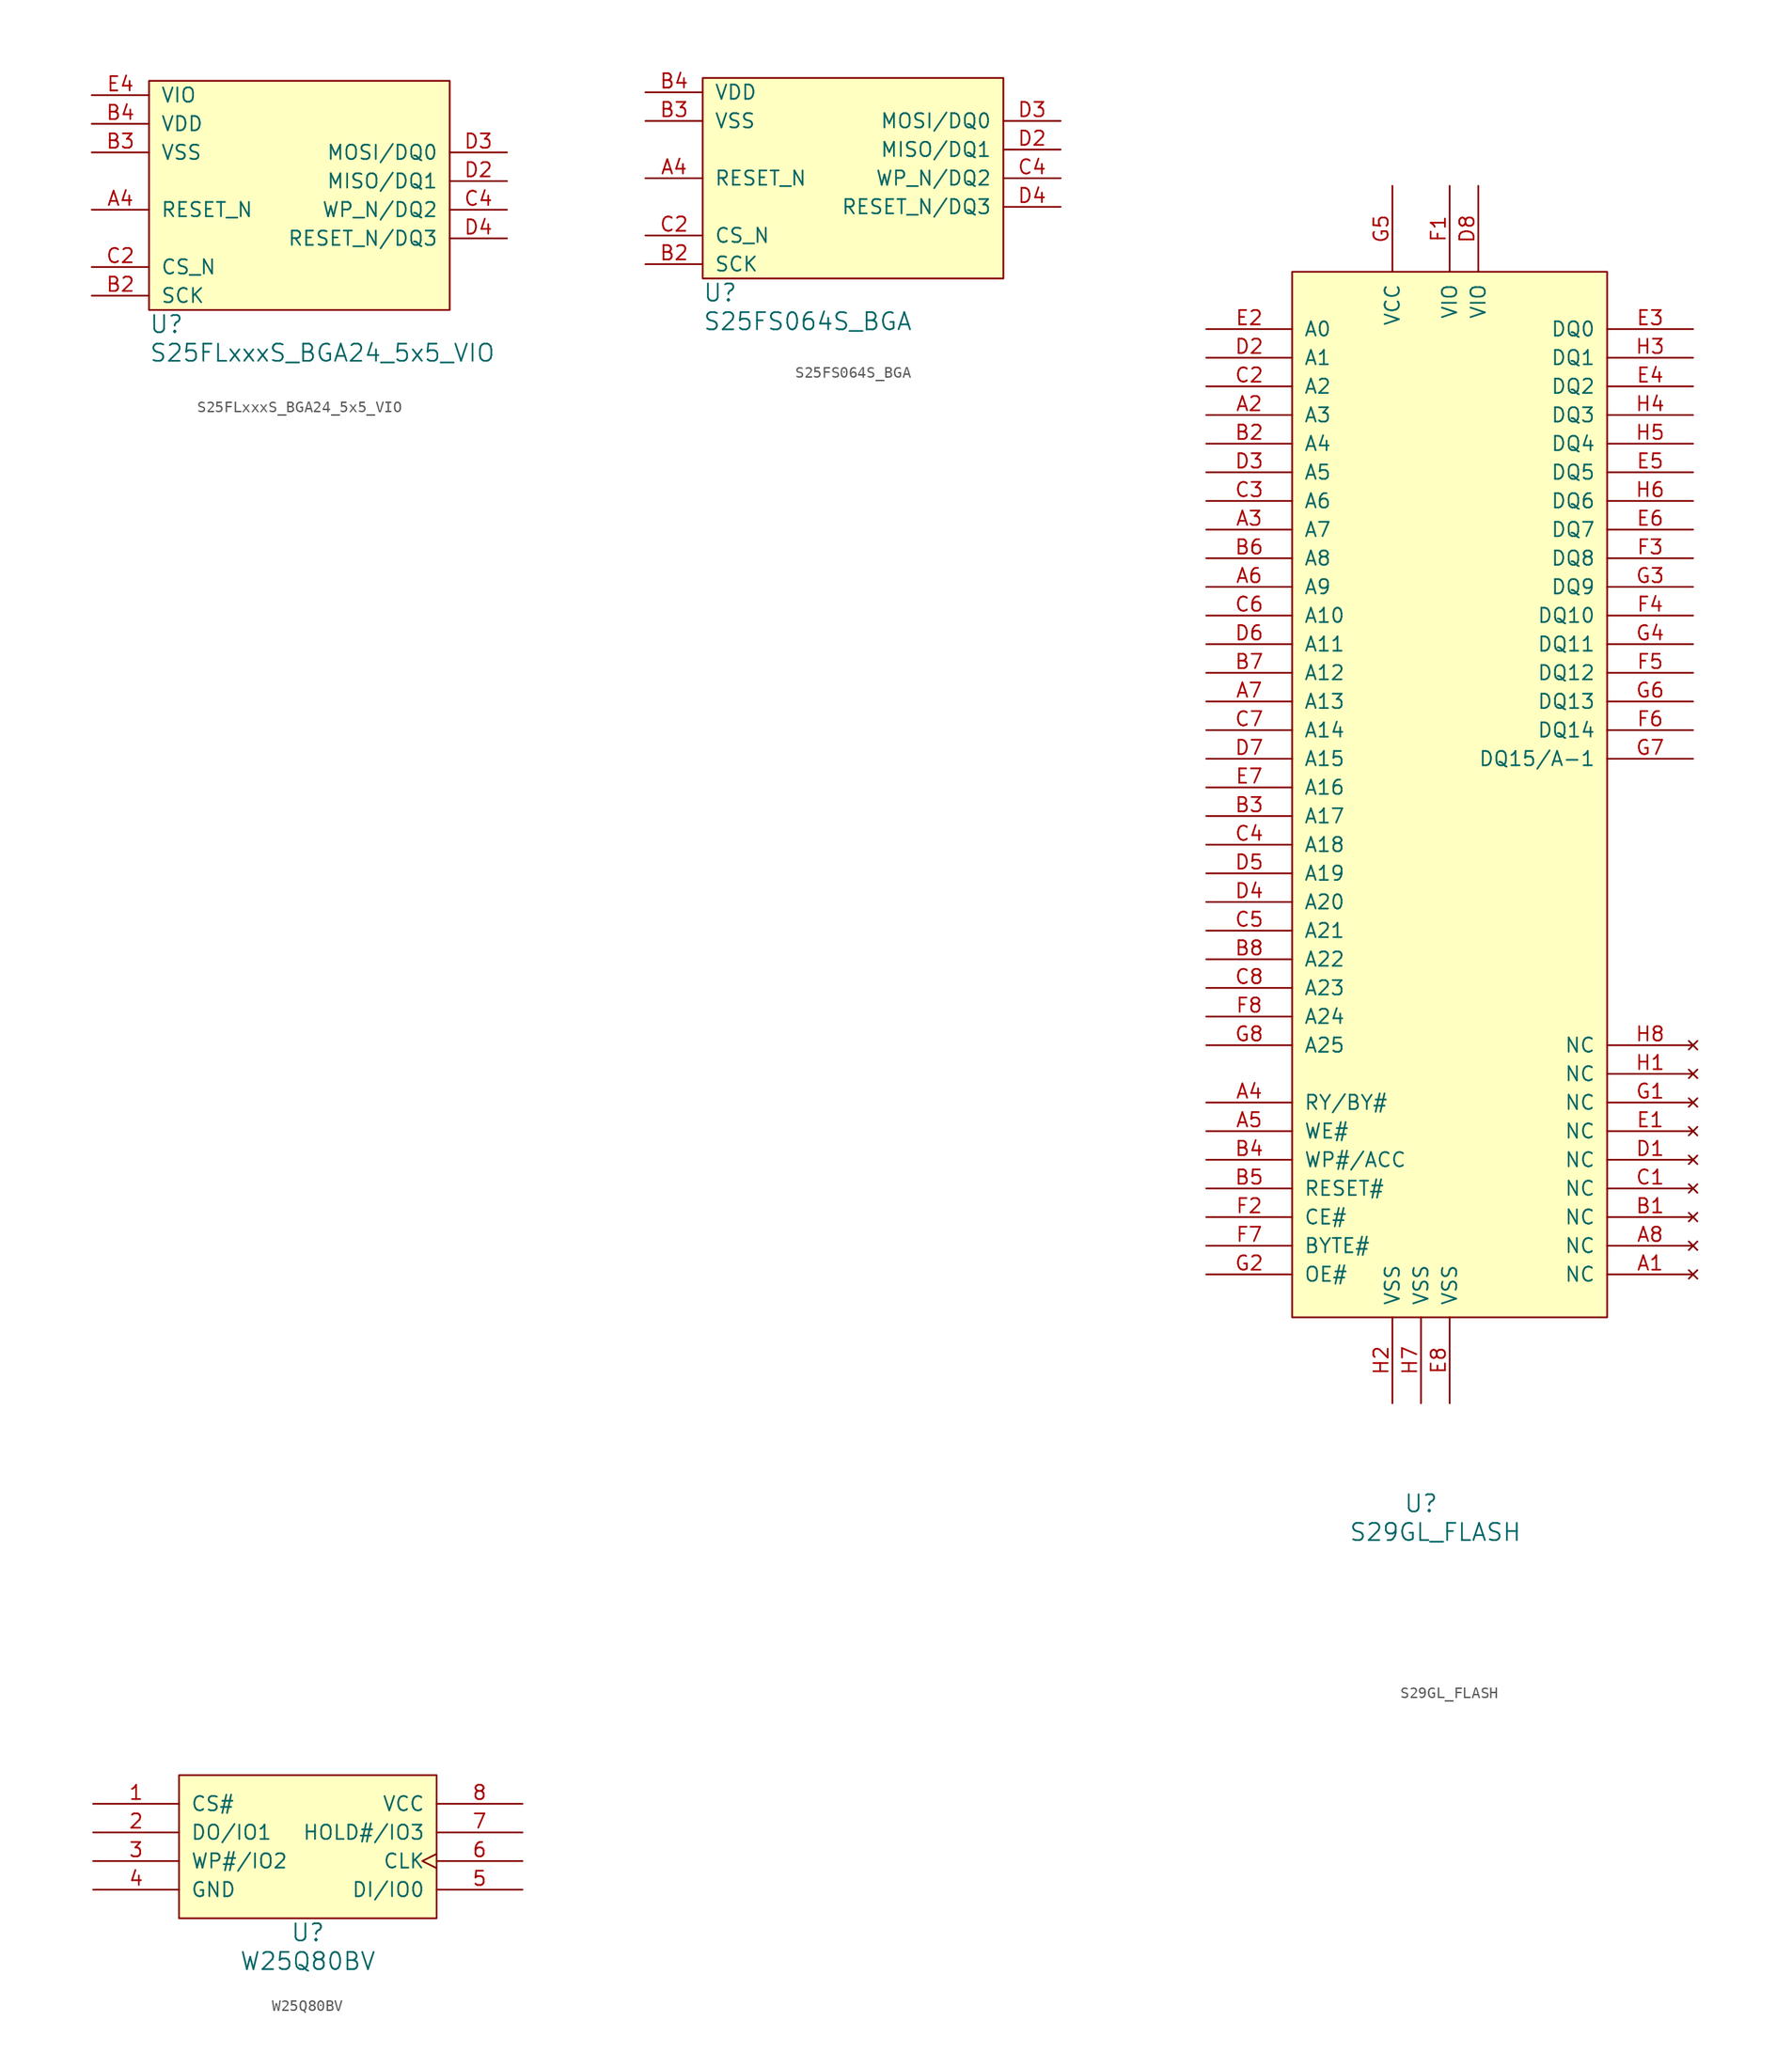
<source format=kicad_sym>
(kicad_symbol_lib
  (version 20211014)
  (generator kicad_symbol_editor)
  (symbol "S25FLxxxS_BGA24_5x5_VIO"
    (pin_names
      (offset 1.016))
    (property "Reference" "U"
      (at 0 -1.27 0)
      (effects (font (size 1.524 1.524)) (justify left)))
    (property "Value" "S25FLxxxS_BGA24_5x5_VIO"
      (at 0 -3.81 0)
      (effects (font (size 1.524 1.524)) (justify left)))
    (symbol "S25FLxxxS_BGA24_5x5_VIO_0_1"
      (rectangle (start 0 20.32) (end 26.67 0) (stroke (width 0) (type default) (color 0 0 0 0)) (fill (type background))))
    (symbol "S25FLxxxS_BGA24_5x5_VIO_1_1"
      (pin input line (at -5.08 8.89 0) (length 5.08) (name "RESET_N" (effects (font (size 1.27 1.27)))) (number "A4" (effects (font (size 1.27 1.27)))))
      (pin input line (at -5.08 1.27 0) (length 5.08) (name "SCK" (effects (font (size 1.27 1.27)))) (number "B2" (effects (font (size 1.27 1.27)))))
      (pin power_in line (at -5.08 13.97 0) (length 5.08) (name "VSS" (effects (font (size 1.27 1.27)))) (number "B3" (effects (font (size 1.27 1.27)))))
      (pin power_in line (at -5.08 16.51 0) (length 5.08) (name "VDD" (effects (font (size 1.27 1.27)))) (number "B4" (effects (font (size 1.27 1.27)))))
      (pin input line (at -5.08 3.81 0) (length 5.08) (name "CS_N" (effects (font (size 1.27 1.27)))) (number "C2" (effects (font (size 1.27 1.27)))))
      (pin bidirectional line (at 31.75 8.89 180) (length 5.08) (name "WP_N/DQ2" (effects (font (size 1.27 1.27)))) (number "C4" (effects (font (size 1.27 1.27)))))
      (pin bidirectional line (at 31.75 11.43 180) (length 5.08) (name "MISO/DQ1" (effects (font (size 1.27 1.27)))) (number "D2" (effects (font (size 1.27 1.27)))))
      (pin bidirectional line (at 31.75 13.97 180) (length 5.08) (name "MOSI/DQ0" (effects (font (size 1.27 1.27)))) (number "D3" (effects (font (size 1.27 1.27)))))
      (pin bidirectional line (at 31.75 6.35 180) (length 5.08) (name "RESET_N/DQ3" (effects (font (size 1.27 1.27)))) (number "D4" (effects (font (size 1.27 1.27)))))
      (pin power_in line (at -5.08 19.05 0) (length 5.08) (name "VIO" (effects (font (size 1.27 1.27)))) (number "E4" (effects (font (size 1.27 1.27)))))))
  (symbol "S25FS064S_BGA"
    (pin_names
      (offset 1.016))
    (property "Reference" "U"
      (at 0 -1.27 0)
      (effects (font (size 1.524 1.524)) (justify left)))
    (property "Value" "S25FS064S_BGA"
      (at 0 -3.81 0)
      (effects (font (size 1.524 1.524)) (justify left)))
    (symbol "S25FS064S_BGA_0_1"
      (rectangle (start 0 17.78) (end 26.67 0) (stroke (width 0) (type default) (color 0 0 0 0)) (fill (type background))))
    (symbol "S25FS064S_BGA_1_1"
      (pin input line (at -5.08 8.89 0) (length 5.08) (name "RESET_N" (effects (font (size 1.27 1.27)))) (number "A4" (effects (font (size 1.27 1.27)))))
      (pin input line (at -5.08 1.27 0) (length 5.08) (name "SCK" (effects (font (size 1.27 1.27)))) (number "B2" (effects (font (size 1.27 1.27)))))
      (pin power_in line (at -5.08 13.97 0) (length 5.08) (name "VSS" (effects (font (size 1.27 1.27)))) (number "B3" (effects (font (size 1.27 1.27)))))
      (pin power_in line (at -5.08 16.51 0) (length 5.08) (name "VDD" (effects (font (size 1.27 1.27)))) (number "B4" (effects (font (size 1.27 1.27)))))
      (pin input line (at -5.08 3.81 0) (length 5.08) (name "CS_N" (effects (font (size 1.27 1.27)))) (number "C2" (effects (font (size 1.27 1.27)))))
      (pin bidirectional line (at 31.75 8.89 180) (length 5.08) (name "WP_N/DQ2" (effects (font (size 1.27 1.27)))) (number "C4" (effects (font (size 1.27 1.27)))))
      (pin bidirectional line (at 31.75 11.43 180) (length 5.08) (name "MISO/DQ1" (effects (font (size 1.27 1.27)))) (number "D2" (effects (font (size 1.27 1.27)))))
      (pin bidirectional line (at 31.75 13.97 180) (length 5.08) (name "MOSI/DQ0" (effects (font (size 1.27 1.27)))) (number "D3" (effects (font (size 1.27 1.27)))))
      (pin bidirectional line (at 31.75 6.35 180) (length 5.08) (name "RESET_N/DQ3" (effects (font (size 1.27 1.27)))) (number "D4" (effects (font (size 1.27 1.27)))))))
  (symbol "S29GL_FLASH"
    (pin_names
      (offset 1.016))
    (property "Reference" "U"
      (at 11.43 -8.89 0)
      (effects (font (size 1.524 1.524))))
    (property "Value" "S29GL_FLASH"
      (at 12.7 -11.43 0)
      (effects (font (size 1.524 1.524))))
    (property "Footprint" ""
      (at 0 0 0)
      (effects (font (size 1.524 1.524))))
    (property "Datasheet" ""
      (at 0 0 0)
      (effects (font (size 1.524 1.524))))
    (symbol "S29GL_FLASH_0_1"
      (rectangle (start 0 100.33) (end 27.94 7.62) (stroke (width 0) (type default) (color 0 0 0 0)) (fill (type background))))
    (symbol "S29GL_FLASH_1_1"
      (pin no_connect line (at 35.56 11.43 180) (length 7.62) (name "NC" (effects (font (size 1.27 1.27)))) (number "A1" (effects (font (size 1.27 1.27)))))
      (pin input line (at -7.62 87.63 0) (length 7.62) (name "A3" (effects (font (size 1.27 1.27)))) (number "A2" (effects (font (size 1.27 1.27)))))
      (pin input line (at -7.62 77.47 0) (length 7.62) (name "A7" (effects (font (size 1.27 1.27)))) (number "A3" (effects (font (size 1.27 1.27)))))
      (pin output line (at -7.62 26.67 0) (length 7.62) (name "RY/BY#" (effects (font (size 1.27 1.27)))) (number "A4" (effects (font (size 1.27 1.27)))))
      (pin input line (at -7.62 24.13 0) (length 7.62) (name "WE#" (effects (font (size 1.27 1.27)))) (number "A5" (effects (font (size 1.27 1.27)))))
      (pin input line (at -7.62 72.39 0) (length 7.62) (name "A9" (effects (font (size 1.27 1.27)))) (number "A6" (effects (font (size 1.27 1.27)))))
      (pin input line (at -7.62 62.23 0) (length 7.62) (name "A13" (effects (font (size 1.27 1.27)))) (number "A7" (effects (font (size 1.27 1.27)))))
      (pin no_connect line (at 35.56 13.97 180) (length 7.62) (name "NC" (effects (font (size 1.27 1.27)))) (number "A8" (effects (font (size 1.27 1.27)))))
      (pin no_connect line (at 35.56 16.51 180) (length 7.62) (name "NC" (effects (font (size 1.27 1.27)))) (number "B1" (effects (font (size 1.27 1.27)))))
      (pin input line (at -7.62 85.09 0) (length 7.62) (name "A4" (effects (font (size 1.27 1.27)))) (number "B2" (effects (font (size 1.27 1.27)))))
      (pin input line (at -7.62 52.07 0) (length 7.62) (name "A17" (effects (font (size 1.27 1.27)))) (number "B3" (effects (font (size 1.27 1.27)))))
      (pin input line (at -7.62 21.59 0) (length 7.62) (name "WP#/ACC" (effects (font (size 1.27 1.27)))) (number "B4" (effects (font (size 1.27 1.27)))))
      (pin input line (at -7.62 19.05 0) (length 7.62) (name "RESET#" (effects (font (size 1.27 1.27)))) (number "B5" (effects (font (size 1.27 1.27)))))
      (pin input line (at -7.62 74.93 0) (length 7.62) (name "A8" (effects (font (size 1.27 1.27)))) (number "B6" (effects (font (size 1.27 1.27)))))
      (pin input line (at -7.62 64.77 0) (length 7.62) (name "A12" (effects (font (size 1.27 1.27)))) (number "B7" (effects (font (size 1.27 1.27)))))
      (pin input line (at -7.62 39.37 0) (length 7.62) (name "A22" (effects (font (size 1.27 1.27)))) (number "B8" (effects (font (size 1.27 1.27)))))
      (pin no_connect line (at 35.56 19.05 180) (length 7.62) (name "NC" (effects (font (size 1.27 1.27)))) (number "C1" (effects (font (size 1.27 1.27)))))
      (pin input line (at -7.62 90.17 0) (length 7.62) (name "A2" (effects (font (size 1.27 1.27)))) (number "C2" (effects (font (size 1.27 1.27)))))
      (pin input line (at -7.62 80.01 0) (length 7.62) (name "A6" (effects (font (size 1.27 1.27)))) (number "C3" (effects (font (size 1.27 1.27)))))
      (pin input line (at -7.62 49.53 0) (length 7.62) (name "A18" (effects (font (size 1.27 1.27)))) (number "C4" (effects (font (size 1.27 1.27)))))
      (pin input line (at -7.62 41.91 0) (length 7.62) (name "A21" (effects (font (size 1.27 1.27)))) (number "C5" (effects (font (size 1.27 1.27)))))
      (pin input line (at -7.62 69.85 0) (length 7.62) (name "A10" (effects (font (size 1.27 1.27)))) (number "C6" (effects (font (size 1.27 1.27)))))
      (pin input line (at -7.62 59.69 0) (length 7.62) (name "A14" (effects (font (size 1.27 1.27)))) (number "C7" (effects (font (size 1.27 1.27)))))
      (pin input line (at -7.62 36.83 0) (length 7.62) (name "A23" (effects (font (size 1.27 1.27)))) (number "C8" (effects (font (size 1.27 1.27)))))
      (pin no_connect line (at 35.56 21.59 180) (length 7.62) (name "NC" (effects (font (size 1.27 1.27)))) (number "D1" (effects (font (size 1.27 1.27)))))
      (pin input line (at -7.62 92.71 0) (length 7.62) (name "A1" (effects (font (size 1.27 1.27)))) (number "D2" (effects (font (size 1.27 1.27)))))
      (pin input line (at -7.62 82.55 0) (length 7.62) (name "A5" (effects (font (size 1.27 1.27)))) (number "D3" (effects (font (size 1.27 1.27)))))
      (pin input line (at -7.62 44.45 0) (length 7.62) (name "A20" (effects (font (size 1.27 1.27)))) (number "D4" (effects (font (size 1.27 1.27)))))
      (pin input line (at -7.62 46.99 0) (length 7.62) (name "A19" (effects (font (size 1.27 1.27)))) (number "D5" (effects (font (size 1.27 1.27)))))
      (pin input line (at -7.62 67.31 0) (length 7.62) (name "A11" (effects (font (size 1.27 1.27)))) (number "D6" (effects (font (size 1.27 1.27)))))
      (pin input line (at -7.62 57.15 0) (length 7.62) (name "A15" (effects (font (size 1.27 1.27)))) (number "D7" (effects (font (size 1.27 1.27)))))
      (pin power_in line (at 16.51 107.95 270) (length 7.62) (name "VIO" (effects (font (size 1.27 1.27)))) (number "D8" (effects (font (size 1.27 1.27)))))
      (pin no_connect line (at 35.56 24.13 180) (length 7.62) (name "NC" (effects (font (size 1.27 1.27)))) (number "E1" (effects (font (size 1.27 1.27)))))
      (pin input line (at -7.62 95.25 0) (length 7.62) (name "A0" (effects (font (size 1.27 1.27)))) (number "E2" (effects (font (size 1.27 1.27)))))
      (pin bidirectional line (at 35.56 95.25 180) (length 7.62) (name "DQ0" (effects (font (size 1.27 1.27)))) (number "E3" (effects (font (size 1.27 1.27)))))
      (pin bidirectional line (at 35.56 90.17 180) (length 7.62) (name "DQ2" (effects (font (size 1.27 1.27)))) (number "E4" (effects (font (size 1.27 1.27)))))
      (pin bidirectional line (at 35.56 82.55 180) (length 7.62) (name "DQ5" (effects (font (size 1.27 1.27)))) (number "E5" (effects (font (size 1.27 1.27)))))
      (pin bidirectional line (at 35.56 77.47 180) (length 7.62) (name "DQ7" (effects (font (size 1.27 1.27)))) (number "E6" (effects (font (size 1.27 1.27)))))
      (pin input line (at -7.62 54.61 0) (length 7.62) (name "A16" (effects (font (size 1.27 1.27)))) (number "E7" (effects (font (size 1.27 1.27)))))
      (pin power_in line (at 13.97 0 90) (length 7.62) (name "VSS" (effects (font (size 1.27 1.27)))) (number "E8" (effects (font (size 1.27 1.27)))))
      (pin power_in line (at 13.97 107.95 270) (length 7.62) (name "VIO" (effects (font (size 1.27 1.27)))) (number "F1" (effects (font (size 1.27 1.27)))))
      (pin input line (at -7.62 16.51 0) (length 7.62) (name "CE#" (effects (font (size 1.27 1.27)))) (number "F2" (effects (font (size 1.27 1.27)))))
      (pin bidirectional line (at 35.56 74.93 180) (length 7.62) (name "DQ8" (effects (font (size 1.27 1.27)))) (number "F3" (effects (font (size 1.27 1.27)))))
      (pin bidirectional line (at 35.56 69.85 180) (length 7.62) (name "DQ10" (effects (font (size 1.27 1.27)))) (number "F4" (effects (font (size 1.27 1.27)))))
      (pin bidirectional line (at 35.56 64.77 180) (length 7.62) (name "DQ12" (effects (font (size 1.27 1.27)))) (number "F5" (effects (font (size 1.27 1.27)))))
      (pin bidirectional line (at 35.56 59.69 180) (length 7.62) (name "DQ14" (effects (font (size 1.27 1.27)))) (number "F6" (effects (font (size 1.27 1.27)))))
      (pin input line (at -7.62 13.97 0) (length 7.62) (name "BYTE#" (effects (font (size 1.27 1.27)))) (number "F7" (effects (font (size 1.27 1.27)))))
      (pin input line (at -7.62 34.29 0) (length 7.62) (name "A24" (effects (font (size 1.27 1.27)))) (number "F8" (effects (font (size 1.27 1.27)))))
      (pin no_connect line (at 35.56 26.67 180) (length 7.62) (name "NC" (effects (font (size 1.27 1.27)))) (number "G1" (effects (font (size 1.27 1.27)))))
      (pin input line (at -7.62 11.43 0) (length 7.62) (name "OE#" (effects (font (size 1.27 1.27)))) (number "G2" (effects (font (size 1.27 1.27)))))
      (pin bidirectional line (at 35.56 72.39 180) (length 7.62) (name "DQ9" (effects (font (size 1.27 1.27)))) (number "G3" (effects (font (size 1.27 1.27)))))
      (pin bidirectional line (at 35.56 67.31 180) (length 7.62) (name "DQ11" (effects (font (size 1.27 1.27)))) (number "G4" (effects (font (size 1.27 1.27)))))
      (pin power_in line (at 8.89 107.95 270) (length 7.62) (name "VCC" (effects (font (size 1.27 1.27)))) (number "G5" (effects (font (size 1.27 1.27)))))
      (pin bidirectional line (at 35.56 62.23 180) (length 7.62) (name "DQ13" (effects (font (size 1.27 1.27)))) (number "G6" (effects (font (size 1.27 1.27)))))
      (pin bidirectional line (at 35.56 57.15 180) (length 7.62) (name "DQ15/A-1" (effects (font (size 1.27 1.27)))) (number "G7" (effects (font (size 1.27 1.27)))))
      (pin input line (at -7.62 31.75 0) (length 7.62) (name "A25" (effects (font (size 1.27 1.27)))) (number "G8" (effects (font (size 1.27 1.27)))))
      (pin no_connect line (at 35.56 29.21 180) (length 7.62) (name "NC" (effects (font (size 1.27 1.27)))) (number "H1" (effects (font (size 1.27 1.27)))))
      (pin power_in line (at 8.89 0 90) (length 7.62) (name "VSS" (effects (font (size 1.27 1.27)))) (number "H2" (effects (font (size 1.27 1.27)))))
      (pin bidirectional line (at 35.56 92.71 180) (length 7.62) (name "DQ1" (effects (font (size 1.27 1.27)))) (number "H3" (effects (font (size 1.27 1.27)))))
      (pin bidirectional line (at 35.56 87.63 180) (length 7.62) (name "DQ3" (effects (font (size 1.27 1.27)))) (number "H4" (effects (font (size 1.27 1.27)))))
      (pin bidirectional line (at 35.56 85.09 180) (length 7.62) (name "DQ4" (effects (font (size 1.27 1.27)))) (number "H5" (effects (font (size 1.27 1.27)))))
      (pin bidirectional line (at 35.56 80.01 180) (length 7.62) (name "DQ6" (effects (font (size 1.27 1.27)))) (number "H6" (effects (font (size 1.27 1.27)))))
      (pin power_in line (at 11.43 0 90) (length 7.62) (name "VSS" (effects (font (size 1.27 1.27)))) (number "H7" (effects (font (size 1.27 1.27)))))
      (pin no_connect line (at 35.56 31.75 180) (length 7.62) (name "NC" (effects (font (size 1.27 1.27)))) (number "H8" (effects (font (size 1.27 1.27)))))))
  (symbol "W25Q80BV"
    (pin_names
      (offset 1.016))
    (property "Reference" "U"
      (at 0 -1.27 0)
      (effects (font (size 1.524 1.524))))
    (property "Value" "W25Q80BV"
      (at 0 -3.81 0)
      (effects (font (size 1.524 1.524))))
    (property "Footprint" ""
      (at 0 0 0)
      (effects (font (size 1.524 1.524))))
    (property "Datasheet" ""
      (at 0 0 0)
      (effects (font (size 1.524 1.524))))
    (symbol "W25Q80BV_0_1"
      (rectangle (start -11.43 12.7) (end 11.43 0) (stroke (width 0) (type default) (color 0 0 0 0)) (fill (type background))))
    (symbol "W25Q80BV_1_1"
      (pin input line (at -19.05 10.16 0) (length 7.62) (name "CS#" (effects (font (size 1.27 1.27)))) (number "1" (effects (font (size 1.27 1.27)))))
      (pin bidirectional line (at -19.05 7.62 0) (length 7.62) (name "DO/IO1" (effects (font (size 1.27 1.27)))) (number "2" (effects (font (size 1.27 1.27)))))
      (pin bidirectional line (at -19.05 5.08 0) (length 7.62) (name "WP#/IO2" (effects (font (size 1.27 1.27)))) (number "3" (effects (font (size 1.27 1.27)))))
      (pin power_in line (at -19.05 2.54 0) (length 7.62) (name "GND" (effects (font (size 1.27 1.27)))) (number "4" (effects (font (size 1.27 1.27)))))
      (pin bidirectional line (at 19.05 2.54 180) (length 7.62) (name "DI/IO0" (effects (font (size 1.27 1.27)))) (number "5" (effects (font (size 1.27 1.27)))))
      (pin input clock (at 19.05 5.08 180) (length 7.62) (name "CLK" (effects (font (size 1.27 1.27)))) (number "6" (effects (font (size 1.27 1.27)))))
      (pin bidirectional line (at 19.05 7.62 180) (length 7.62) (name "HOLD#/IO3" (effects (font (size 1.27 1.27)))) (number "7" (effects (font (size 1.27 1.27)))))
      (pin power_in line (at 19.05 10.16 180) (length 7.62) (name "VCC" (effects (font (size 1.27 1.27)))) (number "8" (effects (font (size 1.27 1.27))))))))
</source>
